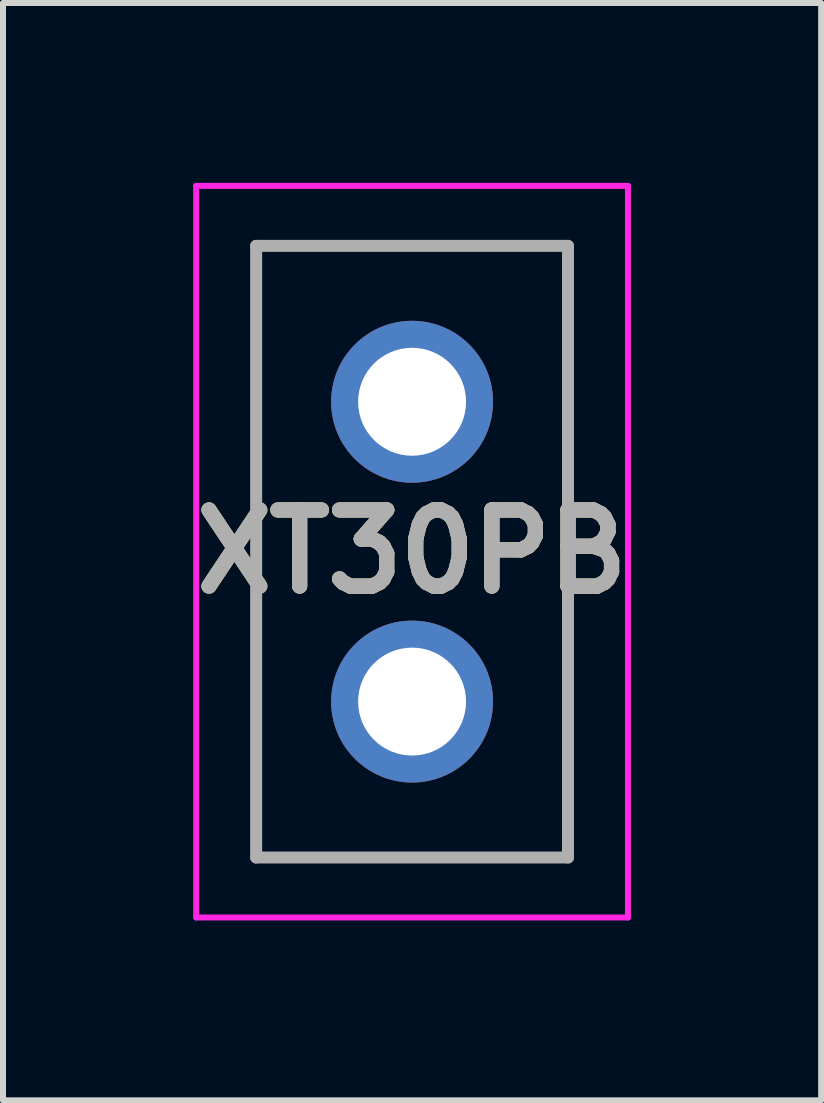
<source format=kicad_pcb>
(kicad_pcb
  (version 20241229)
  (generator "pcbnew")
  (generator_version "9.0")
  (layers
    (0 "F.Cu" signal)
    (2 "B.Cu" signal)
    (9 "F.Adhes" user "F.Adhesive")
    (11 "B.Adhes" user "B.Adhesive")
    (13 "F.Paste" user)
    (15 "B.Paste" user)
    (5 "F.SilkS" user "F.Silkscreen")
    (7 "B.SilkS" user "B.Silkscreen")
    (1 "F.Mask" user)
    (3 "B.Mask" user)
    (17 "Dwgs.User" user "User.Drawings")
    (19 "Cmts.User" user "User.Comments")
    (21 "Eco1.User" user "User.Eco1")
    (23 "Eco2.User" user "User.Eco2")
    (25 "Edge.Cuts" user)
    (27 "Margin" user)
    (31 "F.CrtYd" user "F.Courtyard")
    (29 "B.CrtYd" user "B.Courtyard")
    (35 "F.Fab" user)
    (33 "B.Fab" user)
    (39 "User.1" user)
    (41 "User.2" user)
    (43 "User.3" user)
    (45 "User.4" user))
  (footprint "XT30PB"
    (layer "F.Cu")
    (at 3.822 3.65)
    (property "Reference" "XT30PB" (at 0 2.5 0) (layer "F.SilkS") (effects (font (size 1.27 1.27) (thickness 0.254))))
    (attr through_hole)
    (fp_line (start -2.6 -2.6) (end 2.6 -2.6) (stroke (width 0.1) (type solid)) (layer "F.SilkS"))
    (fp_line (start -2.6 7.6) (end -2.6 -2.6) (stroke (width 0.1) (type solid)) (layer "F.SilkS"))
    (fp_line (start 2.6 -2.6) (end 2.6 7.6) (stroke (width 0.1) (type solid)) (layer "F.SilkS"))
    (fp_line (start 2.6 7.6) (end -2.6 7.6) (stroke (width 0.1) (type solid)) (layer "F.SilkS"))
    (fp_line (start -3.6 -3.6) (end 3.6 -3.6) (stroke (width 0.1) (type solid)) (layer "F.CrtYd"))
    (fp_line (start -3.6 8.6) (end -3.6 -3.6) (stroke (width 0.1) (type solid)) (layer "F.CrtYd"))
    (fp_line (start 3.6 -3.6) (end 3.6 8.6) (stroke (width 0.1) (type solid)) (layer "F.CrtYd"))
    (fp_line (start 3.6 8.6) (end -3.6 8.6) (stroke (width 0.1) (type solid)) (layer "F.CrtYd"))
    (fp_line (start -2.6 -2.6) (end 2.6 -2.6) (stroke (width 0.2) (type solid)) (layer "F.Fab"))
    (fp_line (start -2.6 7.6) (end -2.6 -2.6) (stroke (width 0.2) (type solid)) (layer "F.Fab"))
    (fp_line (start 2.6 -2.6) (end 2.6 7.6) (stroke (width 0.2) (type solid)) (layer "F.Fab"))
    (fp_line (start 2.6 7.6) (end -2.6 7.6) (stroke (width 0.2) (type solid)) (layer "F.Fab"))
    (fp_text user "${REFERENCE}" (at 0 2.5 0) (layer "F.Fab") (effects (font (size 1.27 1.27) (thickness 0.254))))
    (pad "1" thru_hole circle (at 0 0) (size 2.7 2.7) (drill 1.8) (layers "*.Cu" "*.Mask"))
    (pad "2" thru_hole circle (at 0 5) (size 2.7 2.7) (drill 1.8) (layers "*.Cu" "*.Mask")))
  (gr_rect
    (start -3 -3)
    (end 10.644 15.3)
    (stroke (width 0.1) (type default))
    (fill no)
    (layer "Edge.Cuts")))
</source>
